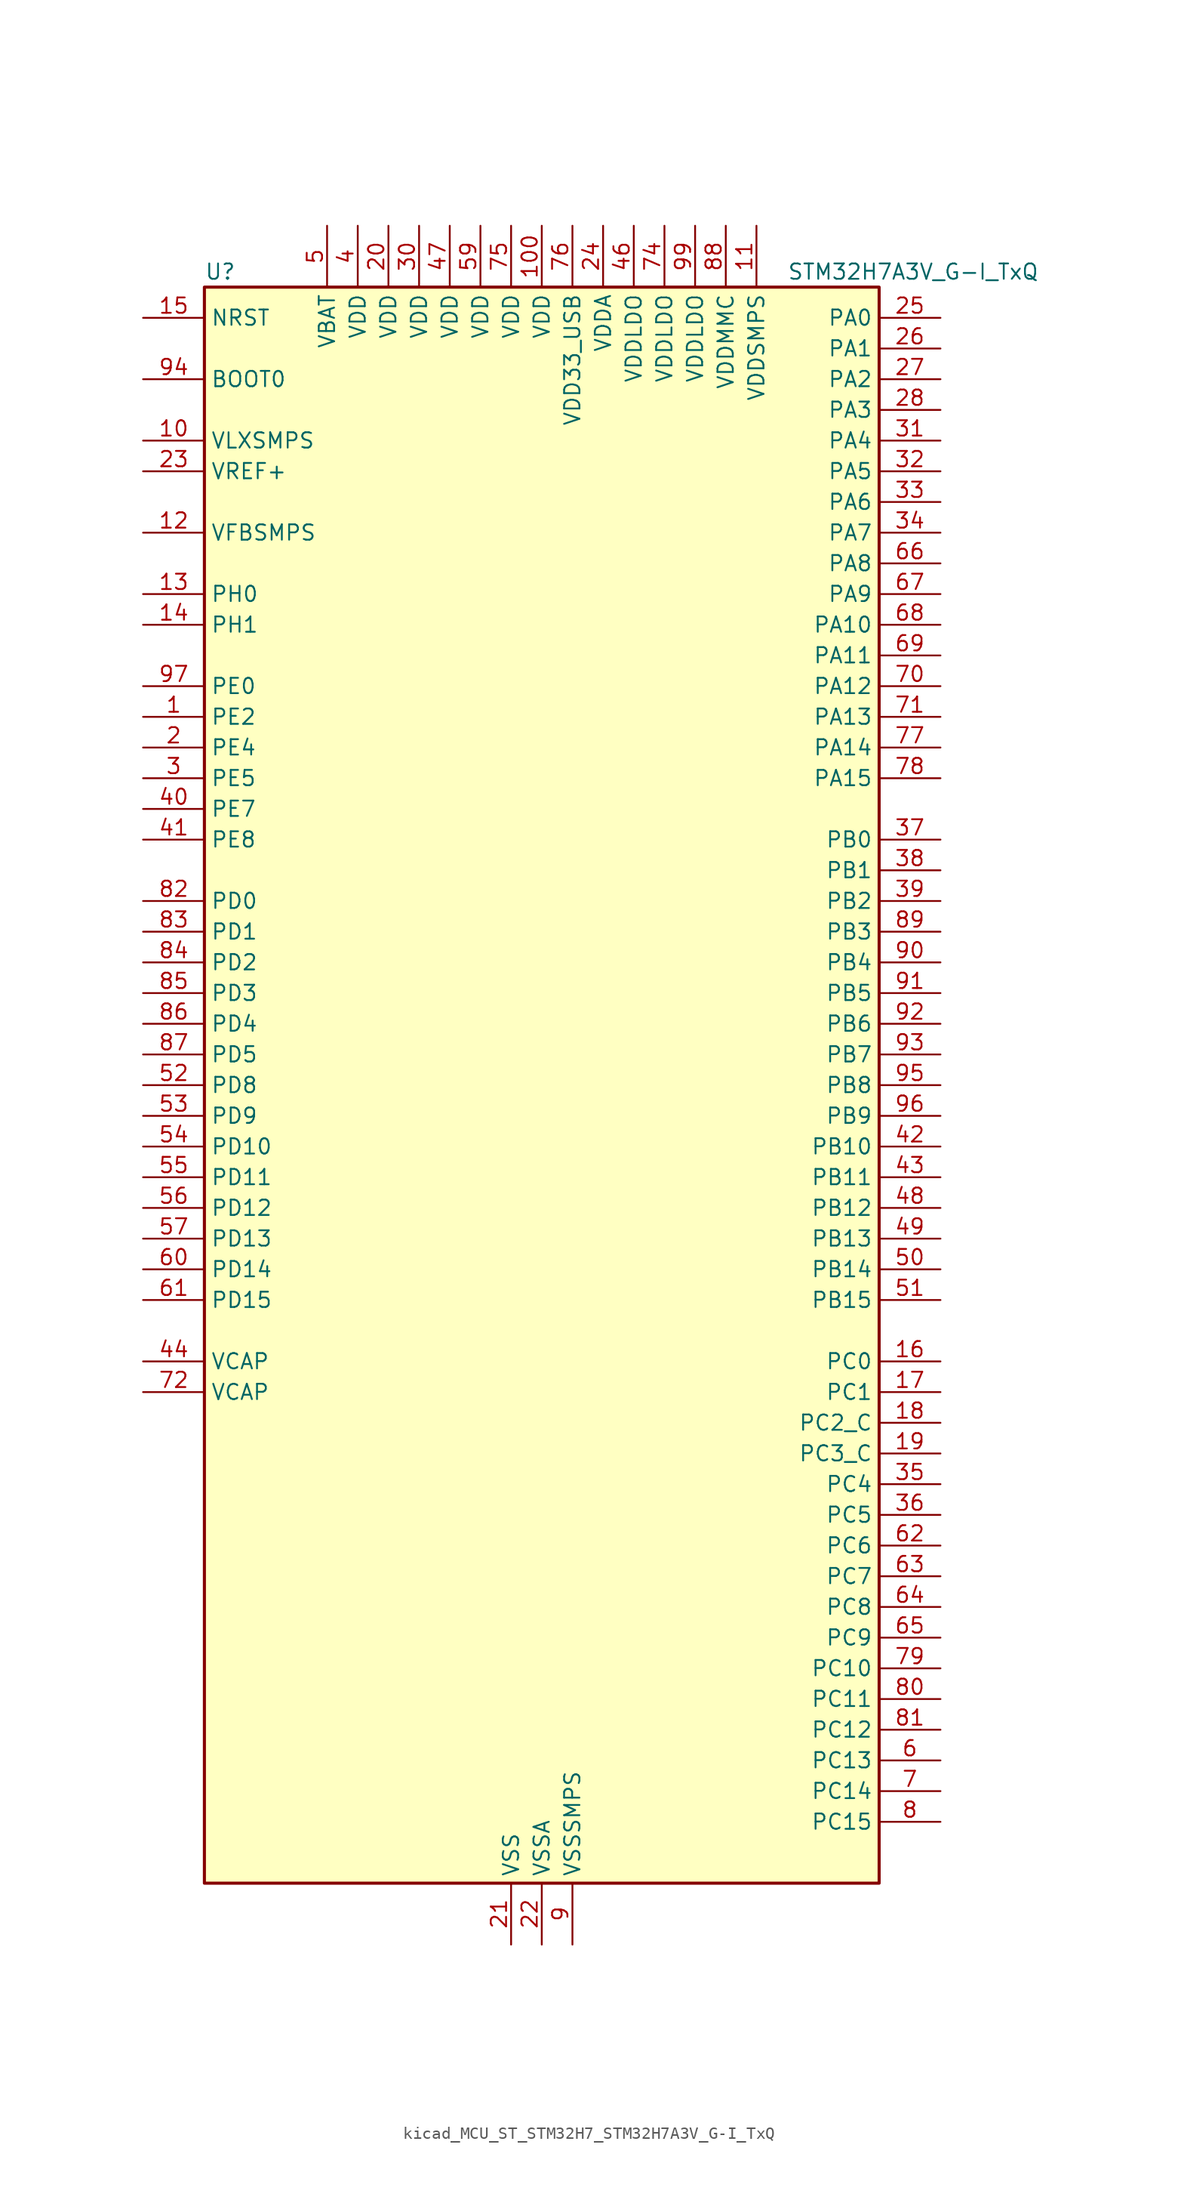
<source format=kicad_sym>
(kicad_symbol_lib
  (version 20220914)
  (generator kicad_symbol_editor)
  (symbol "kicad_MCU_ST_STM32H7_STM32H7A3V_G-I_TxQ"
    (property "Reference" "U"
      (at -27.94 67.31 0)
      (effects (font (size 1.27 1.27)) (justify left)))
    (property "Value" "STM32H7A3V_G-I_TxQ"
      (at 20.32 67.31 0)
      (effects (font (size 1.27 1.27)) (justify left)))
    (property "ki_locked" ""
      (at 0 0 0)
      (effects (font (size 1.27 1.27))))
    (symbol "kicad_MCU_ST_STM32H7_STM32H7A3V_G-I_TxQ_0_1"
      (rectangle (start -27.94 -66.04) (end 27.94 66.04) (stroke (width 0.254) (type default)) (fill (type background))))
    (symbol "kicad_MCU_ST_STM32H7_STM32H7A3V_G-I_TxQ_1_1"
      (pin bidirectional line (at -33.02 30.48 0) (length 5.08) (name "PE2" (effects (font (size 1.27 1.27)))) (number "1" (effects (font (size 1.27 1.27)))) (alternate "DEBUG_TRACECLK" bidirectional line) (alternate "FMC_A23" bidirectional line) (alternate "OCTOSPIM_P1_IO2" bidirectional line) (alternate "SAI1_CK1" bidirectional line) (alternate "SAI1_MCLK_A" bidirectional line) (alternate "SPI4_SCK" bidirectional line))
      (pin power_in line (at -33.02 53.34 0) (length 5.08) (name "VLXSMPS" (effects (font (size 1.27 1.27)))) (number "10" (effects (font (size 1.27 1.27)))))
      (pin power_in line (at 0 71.12 270) (length 5.08) (name "VDD" (effects (font (size 1.27 1.27)))) (number "100" (effects (font (size 1.27 1.27)))))
      (pin power_in line (at 17.78 71.12 270) (length 5.08) (name "VDDSMPS" (effects (font (size 1.27 1.27)))) (number "11" (effects (font (size 1.27 1.27)))))
      (pin input line (at -33.02 45.72 0) (length 5.08) (name "VFBSMPS" (effects (font (size 1.27 1.27)))) (number "12" (effects (font (size 1.27 1.27)))))
      (pin bidirectional line (at -33.02 40.64 0) (length 5.08) (name "PH0" (effects (font (size 1.27 1.27)))) (number "13" (effects (font (size 1.27 1.27)))) (alternate "RCC_OSC_IN" bidirectional line))
      (pin bidirectional line (at -33.02 38.1 0) (length 5.08) (name "PH1" (effects (font (size 1.27 1.27)))) (number "14" (effects (font (size 1.27 1.27)))) (alternate "RCC_OSC_OUT" bidirectional line))
      (pin input line (at -33.02 63.5 0) (length 5.08) (name "NRST" (effects (font (size 1.27 1.27)))) (number "15" (effects (font (size 1.27 1.27)))))
      (pin bidirectional line (at 33.02 -22.86 180) (length 5.08) (name "PC0" (effects (font (size 1.27 1.27)))) (number "16" (effects (font (size 1.27 1.27)))) (alternate "ADC1_INP10" bidirectional line) (alternate "ADC2_INP10" bidirectional line) (alternate "DFSDM1_CKIN0" bidirectional line) (alternate "DFSDM1_DATIN4" bidirectional line) (alternate "FMC_A25" bidirectional line) (alternate "FMC_SDNWE" bidirectional line) (alternate "LTDC_G2" bidirectional line) (alternate "LTDC_R5" bidirectional line) (alternate "SAI2_FS_B" bidirectional line) (alternate "USB_OTG_HS_ULPI_STP" bidirectional line))
      (pin bidirectional line (at 33.02 -25.4 180) (length 5.08) (name "PC1" (effects (font (size 1.27 1.27)))) (number "17" (effects (font (size 1.27 1.27)))) (alternate "ADC1_INN10" bidirectional line) (alternate "ADC1_INP11" bidirectional line) (alternate "ADC2_INN10" bidirectional line) (alternate "ADC2_INP11" bidirectional line) (alternate "DEBUG_TRACED0" bidirectional line) (alternate "DFSDM1_CKIN4" bidirectional line) (alternate "DFSDM1_DATIN0" bidirectional line) (alternate "I2S2_SDO" bidirectional line) (alternate "LTDC_G5" bidirectional line) (alternate "MDIOS_MDC" bidirectional line) (alternate "OCTOSPIM_P1_IO4" bidirectional line) (alternate "PWR_WKUP6" bidirectional line) (alternate "RTC_TAMP3" bidirectional line) (alternate "SAI1_D1" bidirectional line) (alternate "SAI1_SD_A" bidirectional line) (alternate "SDMMC2_CK" bidirectional line) (alternate "SPI2_MOSI" bidirectional line))
      (pin bidirectional line (at 33.02 -27.94 180) (length 5.08) (name "PC2_C" (effects (font (size 1.27 1.27)))) (number "18" (effects (font (size 1.27 1.27)))) (alternate "ADC2_INN1" bidirectional line) (alternate "ADC2_INP0" bidirectional line) (alternate "DFSDM1_CKIN1" bidirectional line) (alternate "DFSDM1_CKOUT" bidirectional line) (alternate "FMC_SDNE0" bidirectional line) (alternate "I2S2_SDI" bidirectional line) (alternate "OCTOSPIM_P1_IO2" bidirectional line) (alternate "OCTOSPIM_P1_IO5" bidirectional line) (alternate "PWR_CSTOP" bidirectional line) (alternate "SPI2_MISO" bidirectional line) (alternate "USB_OTG_HS_ULPI_DIR" bidirectional line))
      (pin bidirectional line (at 33.02 -30.48 180) (length 5.08) (name "PC3_C" (effects (font (size 1.27 1.27)))) (number "19" (effects (font (size 1.27 1.27)))) (alternate "ADC2_INP1" bidirectional line) (alternate "DFSDM1_DATIN1" bidirectional line) (alternate "FMC_SDCKE0" bidirectional line) (alternate "I2S2_SDO" bidirectional line) (alternate "OCTOSPIM_P1_IO0" bidirectional line) (alternate "OCTOSPIM_P1_IO6" bidirectional line) (alternate "PWR_CSLEEP" bidirectional line) (alternate "SPI2_MOSI" bidirectional line) (alternate "USB_OTG_HS_ULPI_NXT" bidirectional line))
      (pin bidirectional line (at -33.02 27.94 0) (length 5.08) (name "PE4" (effects (font (size 1.27 1.27)))) (number "2" (effects (font (size 1.27 1.27)))) (alternate "DCMI_D4" bidirectional line) (alternate "DEBUG_TRACED1" bidirectional line) (alternate "DFSDM1_DATIN3" bidirectional line) (alternate "FMC_A20" bidirectional line) (alternate "LTDC_B0" bidirectional line) (alternate "PSSI_D4" bidirectional line) (alternate "SAI1_D2" bidirectional line) (alternate "SAI1_FS_A" bidirectional line) (alternate "SPI4_NSS" bidirectional line) (alternate "TIM15_CH1N" bidirectional line))
      (pin power_in line (at -12.7 71.12 270) (length 5.08) (name "VDD" (effects (font (size 1.27 1.27)))) (number "20" (effects (font (size 1.27 1.27)))))
      (pin power_in line (at -2.54 -71.12 90) (length 5.08) (name "VSS" (effects (font (size 1.27 1.27)))) (number "21" (effects (font (size 1.27 1.27)))))
      (pin power_in line (at 0 -71.12 90) (length 5.08) (name "VSSA" (effects (font (size 1.27 1.27)))) (number "22" (effects (font (size 1.27 1.27)))))
      (pin input line (at -33.02 50.8 0) (length 5.08) (name "VREF+" (effects (font (size 1.27 1.27)))) (number "23" (effects (font (size 1.27 1.27)))) (alternate "VREFBUF_OUT" bidirectional line))
      (pin power_in line (at 5.08 71.12 270) (length 5.08) (name "VDDA" (effects (font (size 1.27 1.27)))) (number "24" (effects (font (size 1.27 1.27)))))
      (pin bidirectional line (at 33.02 63.5 180) (length 5.08) (name "PA0" (effects (font (size 1.27 1.27)))) (number "25" (effects (font (size 1.27 1.27)))) (alternate "ADC1_INP16" bidirectional line) (alternate "I2S6_WS" bidirectional line) (alternate "PWR_WKUP1" bidirectional line) (alternate "SAI2_SD_B" bidirectional line) (alternate "SDMMC2_CMD" bidirectional line) (alternate "SPI6_NSS" bidirectional line) (alternate "TIM15_BKIN" bidirectional line) (alternate "TIM2_CH1" bidirectional line) (alternate "TIM2_ETR" bidirectional line) (alternate "TIM5_CH1" bidirectional line) (alternate "TIM8_ETR" bidirectional line) (alternate "UART4_TX" bidirectional line) (alternate "USART2_CTS" bidirectional line) (alternate "USART2_NSS" bidirectional line))
      (pin bidirectional line (at 33.02 60.96 180) (length 5.08) (name "PA1" (effects (font (size 1.27 1.27)))) (number "26" (effects (font (size 1.27 1.27)))) (alternate "ADC1_INN16" bidirectional line) (alternate "ADC1_INP17" bidirectional line) (alternate "LPTIM3_OUT" bidirectional line) (alternate "LTDC_R2" bidirectional line) (alternate "OCTOSPIM_P1_DQS" bidirectional line) (alternate "OCTOSPIM_P1_IO3" bidirectional line) (alternate "SAI2_MCLK_B" bidirectional line) (alternate "TIM15_CH1N" bidirectional line) (alternate "TIM2_CH2" bidirectional line) (alternate "TIM5_CH2" bidirectional line) (alternate "UART4_RX" bidirectional line) (alternate "USART2_DE" bidirectional line) (alternate "USART2_RTS" bidirectional line))
      (pin bidirectional line (at 33.02 58.42 180) (length 5.08) (name "PA2" (effects (font (size 1.27 1.27)))) (number "27" (effects (font (size 1.27 1.27)))) (alternate "ADC1_INP14" bidirectional line) (alternate "DFSDM2_CKIN1" bidirectional line) (alternate "LTDC_R1" bidirectional line) (alternate "MDIOS_MDIO" bidirectional line) (alternate "PWR_WKUP2" bidirectional line) (alternate "SAI2_SCK_B" bidirectional line) (alternate "TIM15_CH1" bidirectional line) (alternate "TIM2_CH3" bidirectional line) (alternate "TIM5_CH3" bidirectional line) (alternate "USART2_TX" bidirectional line))
      (pin bidirectional line (at 33.02 55.88 180) (length 5.08) (name "PA3" (effects (font (size 1.27 1.27)))) (number "28" (effects (font (size 1.27 1.27)))) (alternate "ADC1_INP15" bidirectional line) (alternate "I2S6_MCK" bidirectional line) (alternate "LTDC_B2" bidirectional line) (alternate "LTDC_B5" bidirectional line) (alternate "OCTOSPIM_P1_CLK" bidirectional line) (alternate "TIM15_CH2" bidirectional line) (alternate "TIM2_CH4" bidirectional line) (alternate "TIM5_CH4" bidirectional line) (alternate "USART2_RX" bidirectional line) (alternate "USB_OTG_HS_ULPI_D0" bidirectional line))
      (pin passive line (at -2.54 -71.12 90) (length 5.08) hide (name "VSS" (effects (font (size 1.27 1.27)))) (number "29" (effects (font (size 1.27 1.27)))))
      (pin bidirectional line (at -33.02 25.4 0) (length 5.08) (name "PE5" (effects (font (size 1.27 1.27)))) (number "3" (effects (font (size 1.27 1.27)))) (alternate "DCMI_D6" bidirectional line) (alternate "DEBUG_TRACED2" bidirectional line) (alternate "DFSDM1_CKIN3" bidirectional line) (alternate "FMC_A21" bidirectional line) (alternate "LTDC_G0" bidirectional line) (alternate "PSSI_D6" bidirectional line) (alternate "SAI1_CK2" bidirectional line) (alternate "SAI1_SCK_A" bidirectional line) (alternate "SPI4_MISO" bidirectional line) (alternate "TIM15_CH1" bidirectional line))
      (pin power_in line (at -10.16 71.12 270) (length 5.08) (name "VDD" (effects (font (size 1.27 1.27)))) (number "30" (effects (font (size 1.27 1.27)))))
      (pin bidirectional line (at 33.02 53.34 180) (length 5.08) (name "PA4" (effects (font (size 1.27 1.27)))) (number "31" (effects (font (size 1.27 1.27)))) (alternate "ADC1_INP18" bidirectional line) (alternate "DAC1_OUT1" bidirectional line) (alternate "DCMI_HSYNC" bidirectional line) (alternate "I2S1_WS" bidirectional line) (alternate "I2S3_WS" bidirectional line) (alternate "I2S6_WS" bidirectional line) (alternate "LTDC_VSYNC" bidirectional line) (alternate "PSSI_DE" bidirectional line) (alternate "SPI1_NSS" bidirectional line) (alternate "SPI3_NSS" bidirectional line) (alternate "SPI6_NSS" bidirectional line) (alternate "TIM5_ETR" bidirectional line) (alternate "USART2_CK" bidirectional line))
      (pin bidirectional line (at 33.02 50.8 180) (length 5.08) (name "PA5" (effects (font (size 1.27 1.27)))) (number "32" (effects (font (size 1.27 1.27)))) (alternate "ADC1_INN18" bidirectional line) (alternate "ADC1_INP19" bidirectional line) (alternate "DAC1_OUT2" bidirectional line) (alternate "I2S1_CK" bidirectional line) (alternate "I2S6_CK" bidirectional line) (alternate "LTDC_R4" bidirectional line) (alternate "PSSI_D14" bidirectional line) (alternate "PWR_NDSTOP2" bidirectional line) (alternate "SPI1_SCK" bidirectional line) (alternate "SPI6_SCK" bidirectional line) (alternate "TIM2_CH1" bidirectional line) (alternate "TIM2_ETR" bidirectional line) (alternate "TIM8_CH1N" bidirectional line) (alternate "USB_OTG_HS_ULPI_CK" bidirectional line))
      (pin bidirectional line (at 33.02 48.26 180) (length 5.08) (name "PA6" (effects (font (size 1.27 1.27)))) (number "33" (effects (font (size 1.27 1.27)))) (alternate "ADC1_INP3" bidirectional line) (alternate "ADC2_INP3" bidirectional line) (alternate "DAC2_OUT1" bidirectional line) (alternate "DCMI_PIXCLK" bidirectional line) (alternate "I2S1_SDI" bidirectional line) (alternate "I2S6_SDI" bidirectional line) (alternate "LTDC_G2" bidirectional line) (alternate "MDIOS_MDC" bidirectional line) (alternate "OCTOSPIM_P1_IO3" bidirectional line) (alternate "PSSI_PDCK" bidirectional line) (alternate "SPI1_MISO" bidirectional line) (alternate "SPI6_MISO" bidirectional line) (alternate "TIM13_CH1" bidirectional line) (alternate "TIM1_BKIN" bidirectional line) (alternate "TIM1_BKIN_COMP1" bidirectional line) (alternate "TIM1_BKIN_COMP2" bidirectional line) (alternate "TIM3_CH1" bidirectional line) (alternate "TIM8_BKIN" bidirectional line) (alternate "TIM8_BKIN_COMP1" bidirectional line) (alternate "TIM8_BKIN_COMP2" bidirectional line))
      (pin bidirectional line (at 33.02 45.72 180) (length 5.08) (name "PA7" (effects (font (size 1.27 1.27)))) (number "34" (effects (font (size 1.27 1.27)))) (alternate "ADC1_INN3" bidirectional line) (alternate "ADC1_INP7" bidirectional line) (alternate "ADC2_INN3" bidirectional line) (alternate "ADC2_INP7" bidirectional line) (alternate "DFSDM2_DATIN1" bidirectional line) (alternate "FMC_SDNWE" bidirectional line) (alternate "I2S1_SDO" bidirectional line) (alternate "I2S6_SDO" bidirectional line) (alternate "LTDC_VSYNC" bidirectional line) (alternate "OCTOSPIM_P1_IO2" bidirectional line) (alternate "OPAMP1_VINM" bidirectional line) (alternate "SPI1_MOSI" bidirectional line) (alternate "SPI6_MOSI" bidirectional line) (alternate "TIM14_CH1" bidirectional line) (alternate "TIM1_CH1N" bidirectional line) (alternate "TIM3_CH2" bidirectional line) (alternate "TIM8_CH1N" bidirectional line))
      (pin bidirectional line (at 33.02 -33.02 180) (length 5.08) (name "PC4" (effects (font (size 1.27 1.27)))) (number "35" (effects (font (size 1.27 1.27)))) (alternate "ADC1_INP4" bidirectional line) (alternate "ADC2_INP4" bidirectional line) (alternate "COMP1_INM" bidirectional line) (alternate "DFSDM1_CKIN2" bidirectional line) (alternate "FMC_SDNE0" bidirectional line) (alternate "I2S1_MCK" bidirectional line) (alternate "LTDC_R7" bidirectional line) (alternate "OPAMP1_VOUT" bidirectional line))
      (pin bidirectional line (at 33.02 -35.56 180) (length 5.08) (name "PC5" (effects (font (size 1.27 1.27)))) (number "36" (effects (font (size 1.27 1.27)))) (alternate "ADC1_INN4" bidirectional line) (alternate "ADC1_INP8" bidirectional line) (alternate "ADC2_INN4" bidirectional line) (alternate "ADC2_INP8" bidirectional line) (alternate "COMP1_OUT" bidirectional line) (alternate "DFSDM1_DATIN2" bidirectional line) (alternate "FMC_SDCKE0" bidirectional line) (alternate "LTDC_DE" bidirectional line) (alternate "OCTOSPIM_P1_DQS" bidirectional line) (alternate "OPAMP1_VINM" bidirectional line) (alternate "PSSI_D15" bidirectional line) (alternate "SAI1_D3" bidirectional line))
      (pin bidirectional line (at 33.02 20.32 180) (length 5.08) (name "PB0" (effects (font (size 1.27 1.27)))) (number "37" (effects (font (size 1.27 1.27)))) (alternate "ADC1_INN5" bidirectional line) (alternate "ADC1_INP9" bidirectional line) (alternate "ADC2_INN5" bidirectional line) (alternate "ADC2_INP9" bidirectional line) (alternate "COMP1_INP" bidirectional line) (alternate "DFSDM1_CKOUT" bidirectional line) (alternate "DFSDM2_CKOUT" bidirectional line) (alternate "LTDC_G1" bidirectional line) (alternate "LTDC_R3" bidirectional line) (alternate "OCTOSPIM_P1_IO1" bidirectional line) (alternate "OPAMP1_VINP" bidirectional line) (alternate "TIM1_CH2N" bidirectional line) (alternate "TIM3_CH3" bidirectional line) (alternate "TIM8_CH2N" bidirectional line) (alternate "UART4_CTS" bidirectional line) (alternate "USB_OTG_HS_ULPI_D1" bidirectional line))
      (pin bidirectional line (at 33.02 17.78 180) (length 5.08) (name "PB1" (effects (font (size 1.27 1.27)))) (number "38" (effects (font (size 1.27 1.27)))) (alternate "ADC1_INP5" bidirectional line) (alternate "ADC2_INP5" bidirectional line) (alternate "COMP1_INM" bidirectional line) (alternate "DFSDM1_DATIN1" bidirectional line) (alternate "LTDC_G0" bidirectional line) (alternate "LTDC_R6" bidirectional line) (alternate "OCTOSPIM_P1_IO0" bidirectional line) (alternate "TIM1_CH3N" bidirectional line) (alternate "TIM3_CH4" bidirectional line) (alternate "TIM8_CH3N" bidirectional line) (alternate "USB_OTG_HS_ULPI_D2" bidirectional line))
      (pin bidirectional line (at 33.02 15.24 180) (length 5.08) (name "PB2" (effects (font (size 1.27 1.27)))) (number "39" (effects (font (size 1.27 1.27)))) (alternate "COMP1_INP" bidirectional line) (alternate "DFSDM1_CKIN1" bidirectional line) (alternate "I2S3_SDO" bidirectional line) (alternate "OCTOSPIM_P1_CLK" bidirectional line) (alternate "OCTOSPIM_P1_DQS" bidirectional line) (alternate "RTC_OUT_ALARM" bidirectional line) (alternate "RTC_OUT_CALIB" bidirectional line) (alternate "SAI1_D1" bidirectional line) (alternate "SAI1_SD_A" bidirectional line) (alternate "SPI3_MOSI" bidirectional line))
      (pin power_in line (at -15.24 71.12 270) (length 5.08) (name "VDD" (effects (font (size 1.27 1.27)))) (number "4" (effects (font (size 1.27 1.27)))))
      (pin bidirectional line (at -33.02 22.86 0) (length 5.08) (name "PE7" (effects (font (size 1.27 1.27)))) (number "40" (effects (font (size 1.27 1.27)))) (alternate "COMP2_INM" bidirectional line) (alternate "DFSDM1_DATIN2" bidirectional line) (alternate "FMC_D4" bidirectional line) (alternate "FMC_DA4" bidirectional line) (alternate "OCTOSPIM_P1_IO4" bidirectional line) (alternate "OPAMP2_VOUT" bidirectional line) (alternate "TIM1_ETR" bidirectional line) (alternate "UART7_RX" bidirectional line))
      (pin bidirectional line (at -33.02 20.32 0) (length 5.08) (name "PE8" (effects (font (size 1.27 1.27)))) (number "41" (effects (font (size 1.27 1.27)))) (alternate "COMP2_OUT" bidirectional line) (alternate "DFSDM1_CKIN2" bidirectional line) (alternate "FMC_D5" bidirectional line) (alternate "FMC_DA5" bidirectional line) (alternate "OCTOSPIM_P1_IO5" bidirectional line) (alternate "OPAMP2_VINM" bidirectional line) (alternate "TIM1_CH1N" bidirectional line) (alternate "UART7_TX" bidirectional line))
      (pin bidirectional line (at 33.02 -5.08 180) (length 5.08) (name "PB10" (effects (font (size 1.27 1.27)))) (number "42" (effects (font (size 1.27 1.27)))) (alternate "DFSDM1_DATIN7" bidirectional line) (alternate "I2C2_SCL" bidirectional line) (alternate "I2S2_CK" bidirectional line) (alternate "LPTIM2_IN1" bidirectional line) (alternate "LTDC_G4" bidirectional line) (alternate "OCTOSPIM_P1_NCS" bidirectional line) (alternate "SPI2_SCK" bidirectional line) (alternate "TIM2_CH3" bidirectional line) (alternate "USART3_TX" bidirectional line) (alternate "USB_OTG_HS_ULPI_D3" bidirectional line))
      (pin bidirectional line (at 33.02 -7.62 180) (length 5.08) (name "PB11" (effects (font (size 1.27 1.27)))) (number "43" (effects (font (size 1.27 1.27)))) (alternate "ADC1_EXTI11" bidirectional line) (alternate "ADC2_EXTI11" bidirectional line) (alternate "DFSDM1_CKIN7" bidirectional line) (alternate "I2C2_SDA" bidirectional line) (alternate "LPTIM2_ETR" bidirectional line) (alternate "LTDC_G5" bidirectional line) (alternate "TIM2_CH4" bidirectional line) (alternate "USART3_RX" bidirectional line) (alternate "USB_OTG_HS_ULPI_D4" bidirectional line))
      (pin power_out line (at -33.02 -22.86 0) (length 5.08) (name "VCAP" (effects (font (size 1.27 1.27)))) (number "44" (effects (font (size 1.27 1.27)))))
      (pin passive line (at -2.54 -71.12 90) (length 5.08) hide (name "VSS" (effects (font (size 1.27 1.27)))) (number "45" (effects (font (size 1.27 1.27)))))
      (pin power_in line (at 7.62 71.12 270) (length 5.08) (name "VDDLDO" (effects (font (size 1.27 1.27)))) (number "46" (effects (font (size 1.27 1.27)))))
      (pin power_in line (at -7.62 71.12 270) (length 5.08) (name "VDD" (effects (font (size 1.27 1.27)))) (number "47" (effects (font (size 1.27 1.27)))))
      (pin bidirectional line (at 33.02 -10.16 180) (length 5.08) (name "PB12" (effects (font (size 1.27 1.27)))) (number "48" (effects (font (size 1.27 1.27)))) (alternate "DFSDM1_DATIN1" bidirectional line) (alternate "DFSDM2_DATIN1" bidirectional line) (alternate "FDCAN2_RX" bidirectional line) (alternate "I2C2_SMBA" bidirectional line) (alternate "I2S2_WS" bidirectional line) (alternate "OCTOSPIM_P1_NCLK" bidirectional line) (alternate "SPI2_NSS" bidirectional line) (alternate "TIM1_BKIN" bidirectional line) (alternate "TIM1_BKIN_COMP1" bidirectional line) (alternate "TIM1_BKIN_COMP2" bidirectional line) (alternate "UART5_RX" bidirectional line) (alternate "USART3_CK" bidirectional line) (alternate "USB_OTG_HS_ULPI_D5" bidirectional line))
      (pin bidirectional line (at 33.02 -12.7 180) (length 5.08) (name "PB13" (effects (font (size 1.27 1.27)))) (number "49" (effects (font (size 1.27 1.27)))) (alternate "DCMI_D2" bidirectional line) (alternate "DFSDM1_CKIN1" bidirectional line) (alternate "DFSDM2_CKIN1" bidirectional line) (alternate "FDCAN2_TX" bidirectional line) (alternate "I2S2_CK" bidirectional line) (alternate "LPTIM2_OUT" bidirectional line) (alternate "PSSI_D2" bidirectional line) (alternate "SDMMC1_D0" bidirectional line) (alternate "SPI2_SCK" bidirectional line) (alternate "TIM1_CH1N" bidirectional line) (alternate "UART5_TX" bidirectional line) (alternate "USART3_CTS" bidirectional line) (alternate "USART3_NSS" bidirectional line) (alternate "USB_OTG_HS_ULPI_D6" bidirectional line))
      (pin power_in line (at -17.78 71.12 270) (length 5.08) (name "VBAT" (effects (font (size 1.27 1.27)))) (number "5" (effects (font (size 1.27 1.27)))))
      (pin bidirectional line (at 33.02 -15.24 180) (length 5.08) (name "PB14" (effects (font (size 1.27 1.27)))) (number "50" (effects (font (size 1.27 1.27)))) (alternate "DFSDM1_DATIN2" bidirectional line) (alternate "I2S2_SDI" bidirectional line) (alternate "LTDC_CLK" bidirectional line) (alternate "SDMMC2_D0" bidirectional line) (alternate "SPI2_MISO" bidirectional line) (alternate "TIM12_CH1" bidirectional line) (alternate "TIM1_CH2N" bidirectional line) (alternate "TIM8_CH2N" bidirectional line) (alternate "UART4_DE" bidirectional line) (alternate "UART4_RTS" bidirectional line) (alternate "USART1_TX" bidirectional line) (alternate "USART3_DE" bidirectional line) (alternate "USART3_RTS" bidirectional line))
      (pin bidirectional line (at 33.02 -17.78 180) (length 5.08) (name "PB15" (effects (font (size 1.27 1.27)))) (number "51" (effects (font (size 1.27 1.27)))) (alternate "ADC1_EXTI15" bidirectional line) (alternate "ADC2_EXTI15" bidirectional line) (alternate "DFSDM1_CKIN2" bidirectional line) (alternate "I2S2_SDO" bidirectional line) (alternate "LTDC_G7" bidirectional line) (alternate "RTC_REFIN" bidirectional line) (alternate "SDMMC2_D1" bidirectional line) (alternate "SPI2_MOSI" bidirectional line) (alternate "TIM12_CH2" bidirectional line) (alternate "TIM1_CH3N" bidirectional line) (alternate "TIM8_CH3N" bidirectional line) (alternate "UART4_CTS" bidirectional line) (alternate "USART1_RX" bidirectional line))
      (pin bidirectional line (at -33.02 0 0) (length 5.08) (name "PD8" (effects (font (size 1.27 1.27)))) (number "52" (effects (font (size 1.27 1.27)))) (alternate "DFSDM1_CKIN3" bidirectional line) (alternate "FMC_D13" bidirectional line) (alternate "FMC_DA13" bidirectional line) (alternate "USART3_TX" bidirectional line))
      (pin bidirectional line (at -33.02 -2.54 0) (length 5.08) (name "PD9" (effects (font (size 1.27 1.27)))) (number "53" (effects (font (size 1.27 1.27)))) (alternate "DAC1_EXTI9" bidirectional line) (alternate "DFSDM1_DATIN3" bidirectional line) (alternate "FMC_D14" bidirectional line) (alternate "FMC_DA14" bidirectional line) (alternate "USART3_RX" bidirectional line))
      (pin bidirectional line (at -33.02 -5.08 0) (length 5.08) (name "PD10" (effects (font (size 1.27 1.27)))) (number "54" (effects (font (size 1.27 1.27)))) (alternate "DFSDM1_CKOUT" bidirectional line) (alternate "DFSDM2_CKOUT" bidirectional line) (alternate "FMC_D15" bidirectional line) (alternate "FMC_DA15" bidirectional line) (alternate "LTDC_B3" bidirectional line) (alternate "USART3_CK" bidirectional line))
      (pin bidirectional line (at -33.02 -7.62 0) (length 5.08) (name "PD11" (effects (font (size 1.27 1.27)))) (number "55" (effects (font (size 1.27 1.27)))) (alternate "ADC1_EXTI11" bidirectional line) (alternate "ADC2_EXTI11" bidirectional line) (alternate "FMC_A16" bidirectional line) (alternate "FMC_CLE" bidirectional line) (alternate "I2C4_SMBA" bidirectional line) (alternate "LPTIM2_IN2" bidirectional line) (alternate "OCTOSPIM_P1_IO0" bidirectional line) (alternate "SAI2_SD_A" bidirectional line) (alternate "USART3_CTS" bidirectional line) (alternate "USART3_NSS" bidirectional line))
      (pin bidirectional line (at -33.02 -10.16 0) (length 5.08) (name "PD12" (effects (font (size 1.27 1.27)))) (number "56" (effects (font (size 1.27 1.27)))) (alternate "DCMI_D12" bidirectional line) (alternate "FMC_A17" bidirectional line) (alternate "FMC_ALE" bidirectional line) (alternate "I2C4_SCL" bidirectional line) (alternate "LPTIM1_IN1" bidirectional line) (alternate "LPTIM2_IN1" bidirectional line) (alternate "OCTOSPIM_P1_IO1" bidirectional line) (alternate "PSSI_D12" bidirectional line) (alternate "SAI2_FS_A" bidirectional line) (alternate "TIM4_CH1" bidirectional line) (alternate "USART3_DE" bidirectional line) (alternate "USART3_RTS" bidirectional line))
      (pin bidirectional line (at -33.02 -12.7 0) (length 5.08) (name "PD13" (effects (font (size 1.27 1.27)))) (number "57" (effects (font (size 1.27 1.27)))) (alternate "DCMI_D13" bidirectional line) (alternate "FMC_A18" bidirectional line) (alternate "I2C4_SDA" bidirectional line) (alternate "LPTIM1_OUT" bidirectional line) (alternate "OCTOSPIM_P1_IO3" bidirectional line) (alternate "PSSI_D13" bidirectional line) (alternate "SAI2_SCK_A" bidirectional line) (alternate "TIM4_CH2" bidirectional line) (alternate "UART9_DE" bidirectional line) (alternate "UART9_RTS" bidirectional line))
      (pin passive line (at -2.54 -71.12 90) (length 5.08) hide (name "VSS" (effects (font (size 1.27 1.27)))) (number "58" (effects (font (size 1.27 1.27)))))
      (pin power_in line (at -5.08 71.12 270) (length 5.08) (name "VDD" (effects (font (size 1.27 1.27)))) (number "59" (effects (font (size 1.27 1.27)))))
      (pin bidirectional line (at 33.02 -55.88 180) (length 5.08) (name "PC13" (effects (font (size 1.27 1.27)))) (number "6" (effects (font (size 1.27 1.27)))) (alternate "PWR_WKUP4" bidirectional line) (alternate "RTC_OUT_ALARM" bidirectional line) (alternate "RTC_OUT_CALIB" bidirectional line) (alternate "RTC_TAMP1" bidirectional line) (alternate "RTC_TS" bidirectional line))
      (pin bidirectional line (at -33.02 -15.24 0) (length 5.08) (name "PD14" (effects (font (size 1.27 1.27)))) (number "60" (effects (font (size 1.27 1.27)))) (alternate "FMC_D0" bidirectional line) (alternate "FMC_DA0" bidirectional line) (alternate "TIM4_CH3" bidirectional line) (alternate "UART8_CTS" bidirectional line) (alternate "UART9_RX" bidirectional line))
      (pin bidirectional line (at -33.02 -17.78 0) (length 5.08) (name "PD15" (effects (font (size 1.27 1.27)))) (number "61" (effects (font (size 1.27 1.27)))) (alternate "ADC1_EXTI15" bidirectional line) (alternate "ADC2_EXTI15" bidirectional line) (alternate "FMC_D1" bidirectional line) (alternate "FMC_DA1" bidirectional line) (alternate "TIM4_CH4" bidirectional line) (alternate "UART8_DE" bidirectional line) (alternate "UART8_RTS" bidirectional line) (alternate "UART9_TX" bidirectional line))
      (pin bidirectional line (at 33.02 -38.1 180) (length 5.08) (name "PC6" (effects (font (size 1.27 1.27)))) (number "62" (effects (font (size 1.27 1.27)))) (alternate "DCMI_D0" bidirectional line) (alternate "DFSDM1_CKIN3" bidirectional line) (alternate "FMC_NWAIT" bidirectional line) (alternate "I2S2_MCK" bidirectional line) (alternate "LTDC_HSYNC" bidirectional line) (alternate "PSSI_D0" bidirectional line) (alternate "SDMMC1_D0DIR" bidirectional line) (alternate "SDMMC1_D6" bidirectional line) (alternate "SDMMC2_D6" bidirectional line) (alternate "SWPMI1_IO" bidirectional line) (alternate "TIM3_CH1" bidirectional line) (alternate "TIM8_CH1" bidirectional line) (alternate "USART6_TX" bidirectional line))
      (pin bidirectional line (at 33.02 -40.64 180) (length 5.08) (name "PC7" (effects (font (size 1.27 1.27)))) (number "63" (effects (font (size 1.27 1.27)))) (alternate "DCMI_D1" bidirectional line) (alternate "DEBUG_TRGIO" bidirectional line) (alternate "DFSDM1_DATIN3" bidirectional line) (alternate "FMC_NE1" bidirectional line) (alternate "I2S3_MCK" bidirectional line) (alternate "LTDC_G6" bidirectional line) (alternate "PSSI_D1" bidirectional line) (alternate "SDMMC1_D123DIR" bidirectional line) (alternate "SDMMC1_D7" bidirectional line) (alternate "SDMMC2_D7" bidirectional line) (alternate "SWPMI1_TX" bidirectional line) (alternate "TIM3_CH2" bidirectional line) (alternate "TIM8_CH2" bidirectional line) (alternate "USART6_RX" bidirectional line))
      (pin bidirectional line (at 33.02 -43.18 180) (length 5.08) (name "PC8" (effects (font (size 1.27 1.27)))) (number "64" (effects (font (size 1.27 1.27)))) (alternate "DCMI_D2" bidirectional line) (alternate "DEBUG_TRACED1" bidirectional line) (alternate "FMC_INT" bidirectional line) (alternate "FMC_NCE" bidirectional line) (alternate "FMC_NE2" bidirectional line) (alternate "PSSI_D2" bidirectional line) (alternate "SDMMC1_D0" bidirectional line) (alternate "SWPMI1_RX" bidirectional line) (alternate "TIM3_CH3" bidirectional line) (alternate "TIM8_CH3" bidirectional line) (alternate "UART5_DE" bidirectional line) (alternate "UART5_RTS" bidirectional line) (alternate "USART6_CK" bidirectional line))
      (pin bidirectional line (at 33.02 -45.72 180) (length 5.08) (name "PC9" (effects (font (size 1.27 1.27)))) (number "65" (effects (font (size 1.27 1.27)))) (alternate "DAC1_EXTI9" bidirectional line) (alternate "DCMI_D3" bidirectional line) (alternate "I2C3_SDA" bidirectional line) (alternate "I2S_CKIN" bidirectional line) (alternate "LTDC_B2" bidirectional line) (alternate "LTDC_G3" bidirectional line) (alternate "OCTOSPIM_P1_IO0" bidirectional line) (alternate "PSSI_D3" bidirectional line) (alternate "RCC_MCO_2" bidirectional line) (alternate "SDMMC1_D1" bidirectional line) (alternate "SWPMI1_SUSPEND" bidirectional line) (alternate "TIM3_CH4" bidirectional line) (alternate "TIM8_CH4" bidirectional line) (alternate "UART5_CTS" bidirectional line))
      (pin bidirectional line (at 33.02 43.18 180) (length 5.08) (name "PA8" (effects (font (size 1.27 1.27)))) (number "66" (effects (font (size 1.27 1.27)))) (alternate "I2C3_SCL" bidirectional line) (alternate "LTDC_B3" bidirectional line) (alternate "LTDC_R6" bidirectional line) (alternate "RCC_MCO_1" bidirectional line) (alternate "TIM1_CH1" bidirectional line) (alternate "TIM8_BKIN2" bidirectional line) (alternate "TIM8_BKIN2_COMP1" bidirectional line) (alternate "TIM8_BKIN2_COMP2" bidirectional line) (alternate "UART7_RX" bidirectional line) (alternate "USART1_CK" bidirectional line) (alternate "USB_OTG_HS_SOF" bidirectional line))
      (pin bidirectional line (at 33.02 40.64 180) (length 5.08) (name "PA9" (effects (font (size 1.27 1.27)))) (number "67" (effects (font (size 1.27 1.27)))) (alternate "DAC1_EXTI9" bidirectional line) (alternate "DCMI_D0" bidirectional line) (alternate "I2C3_SMBA" bidirectional line) (alternate "I2S2_CK" bidirectional line) (alternate "LPUART1_TX" bidirectional line) (alternate "LTDC_R5" bidirectional line) (alternate "PSSI_D0" bidirectional line) (alternate "SPI2_SCK" bidirectional line) (alternate "TIM1_CH2" bidirectional line) (alternate "USART1_TX" bidirectional line) (alternate "USB_OTG_HS_VBUS" bidirectional line))
      (pin bidirectional line (at 33.02 38.1 180) (length 5.08) (name "PA10" (effects (font (size 1.27 1.27)))) (number "68" (effects (font (size 1.27 1.27)))) (alternate "DCMI_D1" bidirectional line) (alternate "LPUART1_RX" bidirectional line) (alternate "LTDC_B1" bidirectional line) (alternate "LTDC_B4" bidirectional line) (alternate "MDIOS_MDIO" bidirectional line) (alternate "PSSI_D1" bidirectional line) (alternate "TIM1_CH3" bidirectional line) (alternate "USART1_RX" bidirectional line) (alternate "USB_OTG_HS_ID" bidirectional line))
      (pin bidirectional line (at 33.02 35.56 180) (length 5.08) (name "PA11" (effects (font (size 1.27 1.27)))) (number "69" (effects (font (size 1.27 1.27)))) (alternate "ADC1_EXTI11" bidirectional line) (alternate "ADC2_EXTI11" bidirectional line) (alternate "FDCAN1_RX" bidirectional line) (alternate "I2S2_WS" bidirectional line) (alternate "LPUART1_CTS" bidirectional line) (alternate "LTDC_R4" bidirectional line) (alternate "SPI2_NSS" bidirectional line) (alternate "TIM1_CH4" bidirectional line) (alternate "UART4_RX" bidirectional line) (alternate "USART1_CTS" bidirectional line) (alternate "USART1_NSS" bidirectional line) (alternate "USB_OTG_HS_DM" bidirectional line))
      (pin bidirectional line (at 33.02 -58.42 180) (length 5.08) (name "PC14" (effects (font (size 1.27 1.27)))) (number "7" (effects (font (size 1.27 1.27)))) (alternate "RCC_OSC32_IN" bidirectional line))
      (pin bidirectional line (at 33.02 33.02 180) (length 5.08) (name "PA12" (effects (font (size 1.27 1.27)))) (number "70" (effects (font (size 1.27 1.27)))) (alternate "FDCAN1_TX" bidirectional line) (alternate "I2S2_CK" bidirectional line) (alternate "LPUART1_DE" bidirectional line) (alternate "LPUART1_RTS" bidirectional line) (alternate "LTDC_R5" bidirectional line) (alternate "SAI2_FS_B" bidirectional line) (alternate "SPI2_SCK" bidirectional line) (alternate "TIM1_ETR" bidirectional line) (alternate "UART4_TX" bidirectional line) (alternate "USART1_DE" bidirectional line) (alternate "USART1_RTS" bidirectional line) (alternate "USB_OTG_HS_DP" bidirectional line))
      (pin bidirectional line (at 33.02 30.48 180) (length 5.08) (name "PA13" (effects (font (size 1.27 1.27)))) (number "71" (effects (font (size 1.27 1.27)))) (alternate "DEBUG_JTMS-SWDIO" bidirectional line))
      (pin power_out line (at -33.02 -25.4 0) (length 5.08) (name "VCAP" (effects (font (size 1.27 1.27)))) (number "72" (effects (font (size 1.27 1.27)))))
      (pin passive line (at -2.54 -71.12 90) (length 5.08) hide (name "VSS" (effects (font (size 1.27 1.27)))) (number "73" (effects (font (size 1.27 1.27)))))
      (pin power_in line (at 10.16 71.12 270) (length 5.08) (name "VDDLDO" (effects (font (size 1.27 1.27)))) (number "74" (effects (font (size 1.27 1.27)))))
      (pin power_in line (at -2.54 71.12 270) (length 5.08) (name "VDD" (effects (font (size 1.27 1.27)))) (number "75" (effects (font (size 1.27 1.27)))))
      (pin power_in line (at 2.54 71.12 270) (length 5.08) (name "VDD33_USB" (effects (font (size 1.27 1.27)))) (number "76" (effects (font (size 1.27 1.27)))))
      (pin bidirectional line (at 33.02 27.94 180) (length 5.08) (name "PA14" (effects (font (size 1.27 1.27)))) (number "77" (effects (font (size 1.27 1.27)))) (alternate "DEBUG_JTCK-SWCLK" bidirectional line))
      (pin bidirectional line (at 33.02 25.4 180) (length 5.08) (name "PA15" (effects (font (size 1.27 1.27)))) (number "78" (effects (font (size 1.27 1.27)))) (alternate "ADC1_EXTI15" bidirectional line) (alternate "ADC2_EXTI15" bidirectional line) (alternate "CEC" bidirectional line) (alternate "DEBUG_JTDI" bidirectional line) (alternate "I2S1_WS" bidirectional line) (alternate "I2S3_WS" bidirectional line) (alternate "I2S6_WS" bidirectional line) (alternate "LTDC_B6" bidirectional line) (alternate "LTDC_R3" bidirectional line) (alternate "SPI1_NSS" bidirectional line) (alternate "SPI3_NSS" bidirectional line) (alternate "SPI6_NSS" bidirectional line) (alternate "TIM2_CH1" bidirectional line) (alternate "TIM2_ETR" bidirectional line) (alternate "UART4_DE" bidirectional line) (alternate "UART4_RTS" bidirectional line) (alternate "UART7_TX" bidirectional line))
      (pin bidirectional line (at 33.02 -48.26 180) (length 5.08) (name "PC10" (effects (font (size 1.27 1.27)))) (number "79" (effects (font (size 1.27 1.27)))) (alternate "DCMI_D8" bidirectional line) (alternate "DFSDM1_CKIN5" bidirectional line) (alternate "DFSDM2_CKIN0" bidirectional line) (alternate "I2S3_CK" bidirectional line) (alternate "LTDC_B1" bidirectional line) (alternate "LTDC_R2" bidirectional line) (alternate "OCTOSPIM_P1_IO1" bidirectional line) (alternate "PSSI_D8" bidirectional line) (alternate "SDMMC1_D2" bidirectional line) (alternate "SPI3_SCK" bidirectional line) (alternate "SWPMI1_RX" bidirectional line) (alternate "UART4_TX" bidirectional line) (alternate "USART3_TX" bidirectional line))
      (pin bidirectional line (at 33.02 -60.96 180) (length 5.08) (name "PC15" (effects (font (size 1.27 1.27)))) (number "8" (effects (font (size 1.27 1.27)))) (alternate "ADC1_EXTI15" bidirectional line) (alternate "ADC2_EXTI15" bidirectional line) (alternate "RCC_OSC32_OUT" bidirectional line))
      (pin bidirectional line (at 33.02 -50.8 180) (length 5.08) (name "PC11" (effects (font (size 1.27 1.27)))) (number "80" (effects (font (size 1.27 1.27)))) (alternate "ADC1_EXTI11" bidirectional line) (alternate "ADC2_EXTI11" bidirectional line) (alternate "DCMI_D4" bidirectional line) (alternate "DFSDM1_DATIN5" bidirectional line) (alternate "DFSDM2_DATIN0" bidirectional line) (alternate "I2S3_SDI" bidirectional line) (alternate "LTDC_B4" bidirectional line) (alternate "OCTOSPIM_P1_NCS" bidirectional line) (alternate "PSSI_D4" bidirectional line) (alternate "SDMMC1_D3" bidirectional line) (alternate "SPI3_MISO" bidirectional line) (alternate "UART4_RX" bidirectional line) (alternate "USART3_RX" bidirectional line))
      (pin bidirectional line (at 33.02 -53.34 180) (length 5.08) (name "PC12" (effects (font (size 1.27 1.27)))) (number "81" (effects (font (size 1.27 1.27)))) (alternate "DCMI_D9" bidirectional line) (alternate "DEBUG_TRACED3" bidirectional line) (alternate "DFSDM2_CKOUT" bidirectional line) (alternate "I2S3_SDO" bidirectional line) (alternate "I2S6_CK" bidirectional line) (alternate "LTDC_R6" bidirectional line) (alternate "PSSI_D9" bidirectional line) (alternate "SDMMC1_CK" bidirectional line) (alternate "SPI3_MOSI" bidirectional line) (alternate "SPI6_SCK" bidirectional line) (alternate "TIM15_CH1" bidirectional line) (alternate "UART5_TX" bidirectional line) (alternate "USART3_CK" bidirectional line))
      (pin bidirectional line (at -33.02 15.24 0) (length 5.08) (name "PD0" (effects (font (size 1.27 1.27)))) (number "82" (effects (font (size 1.27 1.27)))) (alternate "DFSDM1_CKIN6" bidirectional line) (alternate "FDCAN1_RX" bidirectional line) (alternate "FMC_D2" bidirectional line) (alternate "FMC_DA2" bidirectional line) (alternate "LTDC_B1" bidirectional line) (alternate "UART4_RX" bidirectional line) (alternate "UART9_CTS" bidirectional line))
      (pin bidirectional line (at -33.02 12.7 0) (length 5.08) (name "PD1" (effects (font (size 1.27 1.27)))) (number "83" (effects (font (size 1.27 1.27)))) (alternate "DFSDM1_DATIN6" bidirectional line) (alternate "FDCAN1_TX" bidirectional line) (alternate "FMC_D3" bidirectional line) (alternate "FMC_DA3" bidirectional line) (alternate "UART4_TX" bidirectional line))
      (pin bidirectional line (at -33.02 10.16 0) (length 5.08) (name "PD2" (effects (font (size 1.27 1.27)))) (number "84" (effects (font (size 1.27 1.27)))) (alternate "DCMI_D11" bidirectional line) (alternate "DEBUG_TRACED2" bidirectional line) (alternate "LTDC_B2" bidirectional line) (alternate "LTDC_B7" bidirectional line) (alternate "PSSI_D11" bidirectional line) (alternate "SDMMC1_CMD" bidirectional line) (alternate "TIM15_BKIN" bidirectional line) (alternate "TIM3_ETR" bidirectional line) (alternate "UART5_RX" bidirectional line))
      (pin bidirectional line (at -33.02 7.62 0) (length 5.08) (name "PD3" (effects (font (size 1.27 1.27)))) (number "85" (effects (font (size 1.27 1.27)))) (alternate "DCMI_D5" bidirectional line) (alternate "DFSDM1_CKOUT" bidirectional line) (alternate "FMC_CLK" bidirectional line) (alternate "I2S2_CK" bidirectional line) (alternate "LTDC_G7" bidirectional line) (alternate "PSSI_D5" bidirectional line) (alternate "SPI2_SCK" bidirectional line) (alternate "USART2_CTS" bidirectional line) (alternate "USART2_NSS" bidirectional line))
      (pin bidirectional line (at -33.02 5.08 0) (length 5.08) (name "PD4" (effects (font (size 1.27 1.27)))) (number "86" (effects (font (size 1.27 1.27)))) (alternate "FMC_NOE" bidirectional line) (alternate "OCTOSPIM_P1_IO4" bidirectional line) (alternate "USART2_DE" bidirectional line) (alternate "USART2_RTS" bidirectional line))
      (pin bidirectional line (at -33.02 2.54 0) (length 5.08) (name "PD5" (effects (font (size 1.27 1.27)))) (number "87" (effects (font (size 1.27 1.27)))) (alternate "FMC_NWE" bidirectional line) (alternate "OCTOSPIM_P1_IO5" bidirectional line) (alternate "USART2_TX" bidirectional line))
      (pin power_in line (at 15.24 71.12 270) (length 5.08) (name "VDDMMC" (effects (font (size 1.27 1.27)))) (number "88" (effects (font (size 1.27 1.27)))))
      (pin bidirectional line (at 33.02 12.7 180) (length 5.08) (name "PB3" (effects (font (size 1.27 1.27)))) (number "89" (effects (font (size 1.27 1.27)))) (alternate "CRS_SYNC" bidirectional line) (alternate "DEBUG_JTDO-SWO" bidirectional line) (alternate "I2S1_CK" bidirectional line) (alternate "I2S3_CK" bidirectional line) (alternate "I2S6_CK" bidirectional line) (alternate "SDMMC2_D2" bidirectional line) (alternate "SPI1_SCK" bidirectional line) (alternate "SPI3_SCK" bidirectional line) (alternate "SPI6_SCK" bidirectional line) (alternate "TIM2_CH2" bidirectional line) (alternate "UART7_RX" bidirectional line))
      (pin power_in line (at 2.54 -71.12 90) (length 5.08) (name "VSSSMPS" (effects (font (size 1.27 1.27)))) (number "9" (effects (font (size 1.27 1.27)))))
      (pin bidirectional line (at 33.02 10.16 180) (length 5.08) (name "PB4" (effects (font (size 1.27 1.27)))) (number "90" (effects (font (size 1.27 1.27)))) (alternate "DEBUG_JTRST" bidirectional line) (alternate "I2S1_SDI" bidirectional line) (alternate "I2S2_WS" bidirectional line) (alternate "I2S3_SDI" bidirectional line) (alternate "I2S6_SDI" bidirectional line) (alternate "SDMMC2_D3" bidirectional line) (alternate "SPI1_MISO" bidirectional line) (alternate "SPI2_NSS" bidirectional line) (alternate "SPI3_MISO" bidirectional line) (alternate "SPI6_MISO" bidirectional line) (alternate "TIM16_BKIN" bidirectional line) (alternate "TIM3_CH1" bidirectional line) (alternate "UART7_TX" bidirectional line))
      (pin bidirectional line (at 33.02 7.62 180) (length 5.08) (name "PB5" (effects (font (size 1.27 1.27)))) (number "91" (effects (font (size 1.27 1.27)))) (alternate "DCMI_D10" bidirectional line) (alternate "FDCAN2_RX" bidirectional line) (alternate "FMC_SDCKE1" bidirectional line) (alternate "I2C1_SMBA" bidirectional line) (alternate "I2C4_SMBA" bidirectional line) (alternate "I2S1_SDO" bidirectional line) (alternate "I2S3_SDO" bidirectional line) (alternate "I2S6_SDO" bidirectional line) (alternate "LTDC_B5" bidirectional line) (alternate "PSSI_D10" bidirectional line) (alternate "SPI1_MOSI" bidirectional line) (alternate "SPI3_MOSI" bidirectional line) (alternate "SPI6_MOSI" bidirectional line) (alternate "TIM17_BKIN" bidirectional line) (alternate "TIM3_CH2" bidirectional line) (alternate "UART5_RX" bidirectional line) (alternate "USB_OTG_HS_ULPI_D7" bidirectional line))
      (pin bidirectional line (at 33.02 5.08 180) (length 5.08) (name "PB6" (effects (font (size 1.27 1.27)))) (number "92" (effects (font (size 1.27 1.27)))) (alternate "CEC" bidirectional line) (alternate "DCMI_D5" bidirectional line) (alternate "DFSDM1_DATIN5" bidirectional line) (alternate "FDCAN2_TX" bidirectional line) (alternate "FMC_SDNE1" bidirectional line) (alternate "I2C1_SCL" bidirectional line) (alternate "I2C4_SCL" bidirectional line) (alternate "LPUART1_TX" bidirectional line) (alternate "OCTOSPIM_P1_NCS" bidirectional line) (alternate "PSSI_D5" bidirectional line) (alternate "TIM16_CH1N" bidirectional line) (alternate "TIM4_CH1" bidirectional line) (alternate "UART5_TX" bidirectional line) (alternate "USART1_TX" bidirectional line))
      (pin bidirectional line (at 33.02 2.54 180) (length 5.08) (name "PB7" (effects (font (size 1.27 1.27)))) (number "93" (effects (font (size 1.27 1.27)))) (alternate "DCMI_VSYNC" bidirectional line) (alternate "DFSDM1_CKIN5" bidirectional line) (alternate "FMC_NL" bidirectional line) (alternate "I2C1_SDA" bidirectional line) (alternate "I2C4_SDA" bidirectional line) (alternate "LPUART1_RX" bidirectional line) (alternate "PSSI_RDY" bidirectional line) (alternate "PWR_PVD_IN" bidirectional line) (alternate "TIM17_CH1N" bidirectional line) (alternate "TIM4_CH2" bidirectional line) (alternate "USART1_RX" bidirectional line))
      (pin input line (at -33.02 58.42 0) (length 5.08) (name "BOOT0" (effects (font (size 1.27 1.27)))) (number "94" (effects (font (size 1.27 1.27)))))
      (pin bidirectional line (at 33.02 0 180) (length 5.08) (name "PB8" (effects (font (size 1.27 1.27)))) (number "95" (effects (font (size 1.27 1.27)))) (alternate "DCMI_D6" bidirectional line) (alternate "DFSDM1_CKIN7" bidirectional line) (alternate "FDCAN1_RX" bidirectional line) (alternate "I2C1_SCL" bidirectional line) (alternate "I2C4_SCL" bidirectional line) (alternate "LTDC_B6" bidirectional line) (alternate "PSSI_D6" bidirectional line) (alternate "SDMMC1_CKIN" bidirectional line) (alternate "SDMMC1_D4" bidirectional line) (alternate "SDMMC2_D4" bidirectional line) (alternate "TIM16_CH1" bidirectional line) (alternate "TIM4_CH3" bidirectional line) (alternate "UART4_RX" bidirectional line))
      (pin bidirectional line (at 33.02 -2.54 180) (length 5.08) (name "PB9" (effects (font (size 1.27 1.27)))) (number "96" (effects (font (size 1.27 1.27)))) (alternate "DAC1_EXTI9" bidirectional line) (alternate "DCMI_D7" bidirectional line) (alternate "DFSDM1_DATIN7" bidirectional line) (alternate "FDCAN1_TX" bidirectional line) (alternate "I2C1_SDA" bidirectional line) (alternate "I2C4_SDA" bidirectional line) (alternate "I2C4_SMBA" bidirectional line) (alternate "I2S2_WS" bidirectional line) (alternate "LTDC_B7" bidirectional line) (alternate "PSSI_D7" bidirectional line) (alternate "SDMMC1_CDIR" bidirectional line) (alternate "SDMMC1_D5" bidirectional line) (alternate "SDMMC2_D5" bidirectional line) (alternate "SPI2_NSS" bidirectional line) (alternate "TIM17_CH1" bidirectional line) (alternate "TIM4_CH4" bidirectional line) (alternate "UART4_TX" bidirectional line))
      (pin bidirectional line (at -33.02 33.02 0) (length 5.08) (name "PE0" (effects (font (size 1.27 1.27)))) (number "97" (effects (font (size 1.27 1.27)))) (alternate "DCMI_D2" bidirectional line) (alternate "FMC_NBL0" bidirectional line) (alternate "LPTIM1_ETR" bidirectional line) (alternate "LPTIM2_ETR" bidirectional line) (alternate "LTDC_R0" bidirectional line) (alternate "PSSI_D2" bidirectional line) (alternate "SAI2_MCLK_A" bidirectional line) (alternate "TIM4_ETR" bidirectional line) (alternate "UART8_RX" bidirectional line))
      (pin passive line (at -2.54 -71.12 90) (length 5.08) hide (name "VSS" (effects (font (size 1.27 1.27)))) (number "98" (effects (font (size 1.27 1.27)))))
      (pin power_in line (at 12.7 71.12 270) (length 5.08) (name "VDDLDO" (effects (font (size 1.27 1.27)))) (number "99" (effects (font (size 1.27 1.27))))))))
</source>
